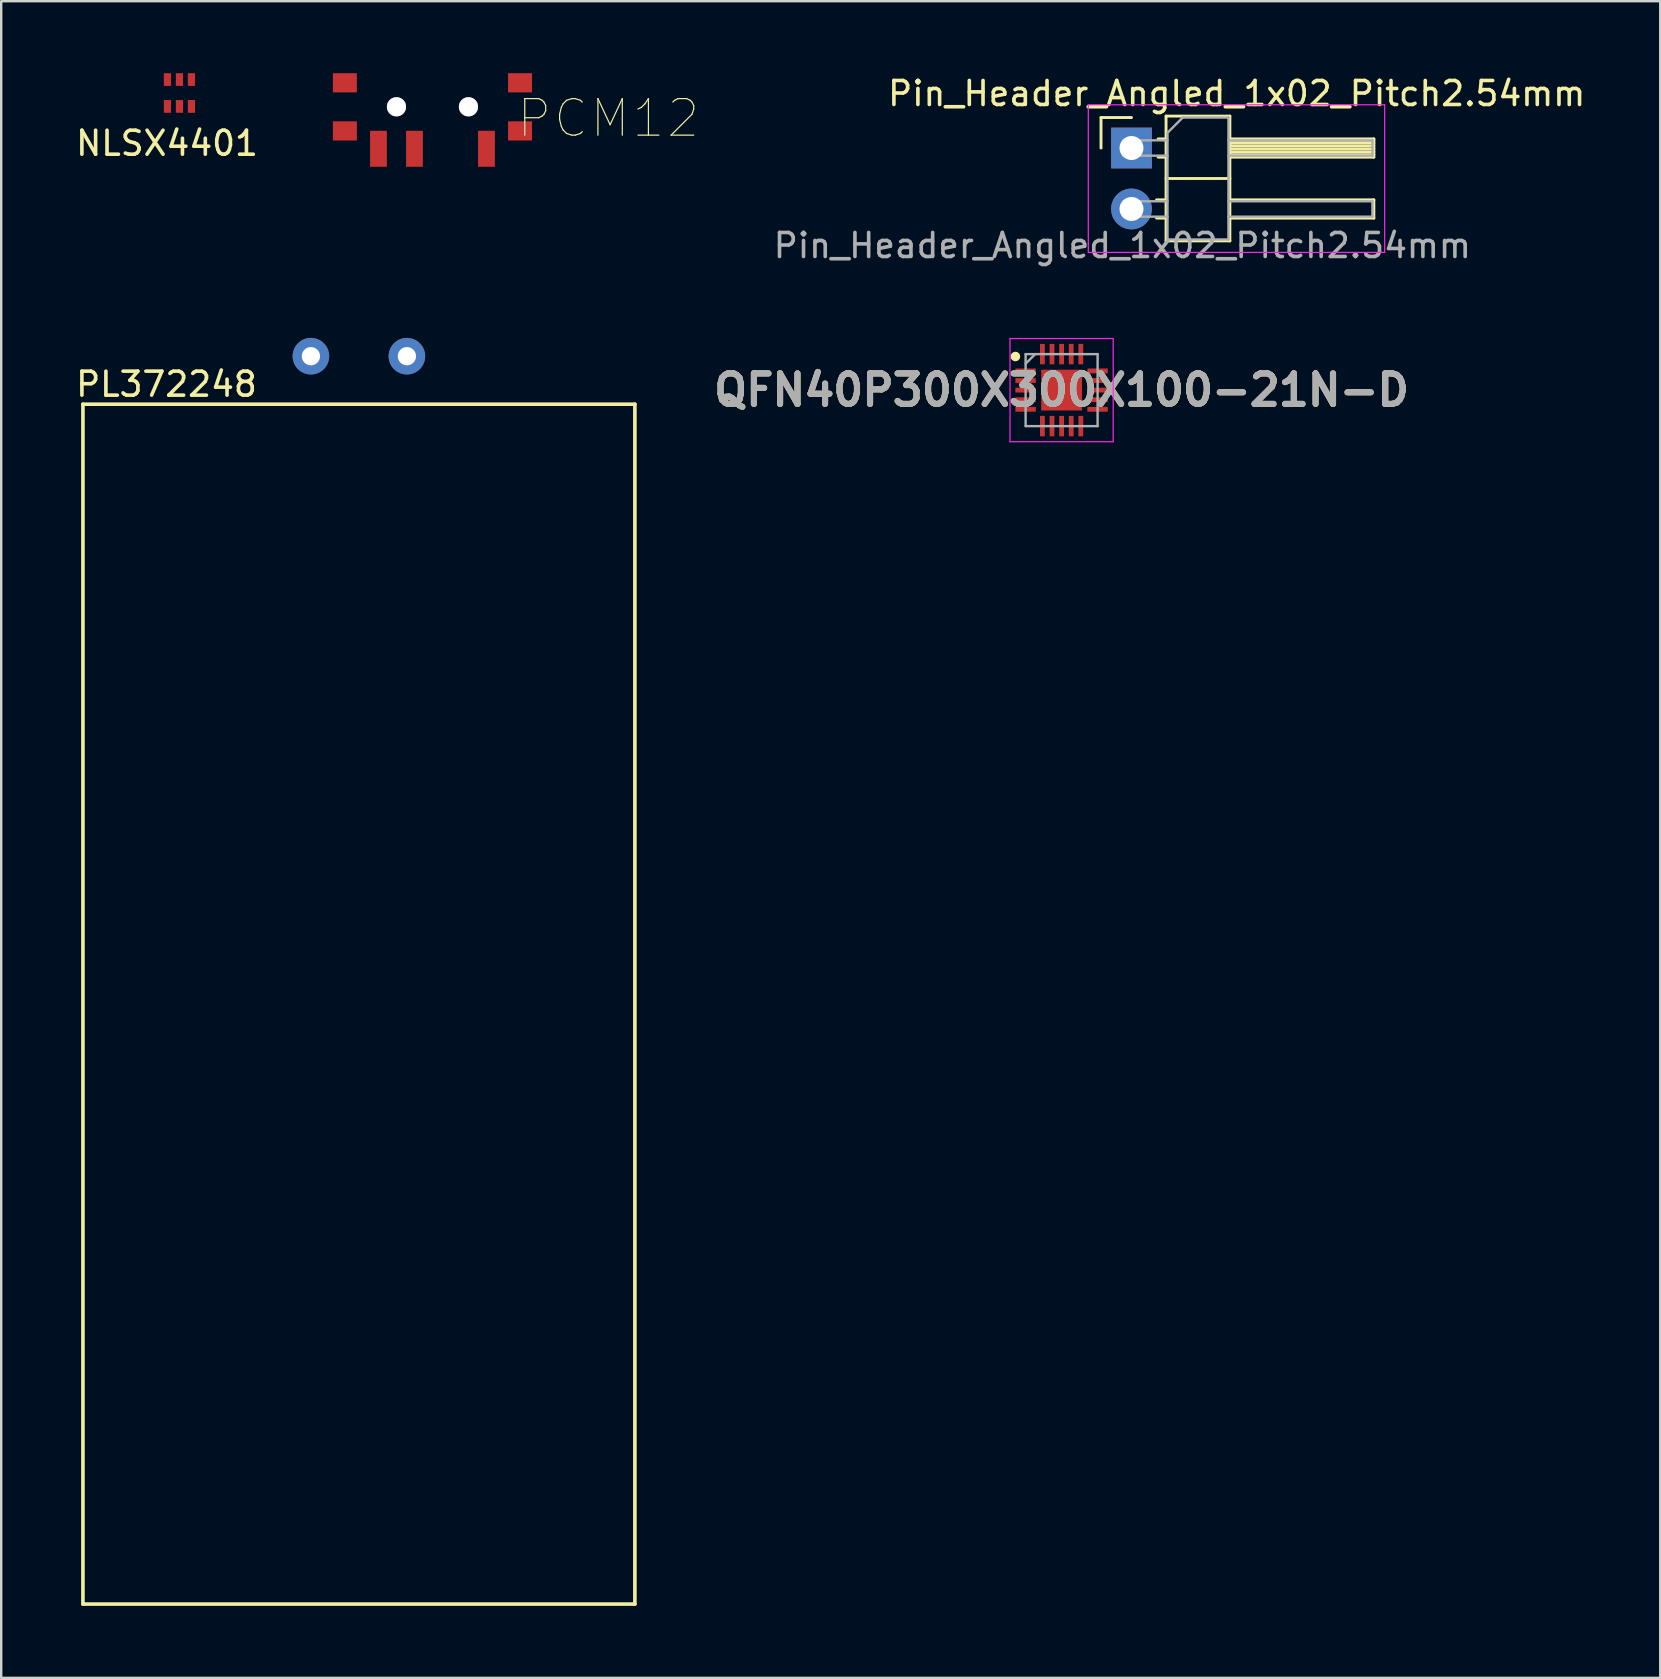
<source format=kicad_pcb>
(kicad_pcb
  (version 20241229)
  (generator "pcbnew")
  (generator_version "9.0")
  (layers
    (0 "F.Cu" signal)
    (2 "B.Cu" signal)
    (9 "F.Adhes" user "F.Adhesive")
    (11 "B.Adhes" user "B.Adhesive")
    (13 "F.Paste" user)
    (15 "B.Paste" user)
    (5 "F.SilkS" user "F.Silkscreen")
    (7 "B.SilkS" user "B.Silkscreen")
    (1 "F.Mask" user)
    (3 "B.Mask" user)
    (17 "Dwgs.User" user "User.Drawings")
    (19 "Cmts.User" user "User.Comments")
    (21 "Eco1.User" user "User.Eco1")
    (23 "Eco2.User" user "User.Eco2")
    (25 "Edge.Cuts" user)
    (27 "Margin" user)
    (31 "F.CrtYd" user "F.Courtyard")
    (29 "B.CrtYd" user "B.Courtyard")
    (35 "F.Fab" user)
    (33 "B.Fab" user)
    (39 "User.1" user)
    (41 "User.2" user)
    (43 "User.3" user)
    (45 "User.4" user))
  (footprint "PL372248"
    (layer "F.Cu")
    (at 11.906 11.793)
    (property "Reference" "PL372248" (at -8.019 1.168 0) (layer "F.SilkS") (effects (font (size 1 1) (thickness 0.15))))
    (attr through_hole)
    (fp_line (start -11.5 2) (end -11.5 52) (stroke (width 0.15) (type solid)) (layer "F.SilkS"))
    (fp_line (start -11.5 2) (end 11.5 2) (stroke (width 0.15) (type solid)) (layer "F.SilkS"))
    (fp_line (start -11.5 52) (end 11.5 52) (stroke (width 0.15) (type solid)) (layer "F.SilkS"))
    (fp_line (start 11.5 2) (end 11.5 52) (stroke (width 0.15) (type solid)) (layer "F.SilkS"))
    (pad "1" thru_hole circle (at -2 0) (size 1.524 1.524) (drill 0.762) (layers "*.Cu" "*.Mask"))
    (pad "2" thru_hole circle (at 2 0) (size 1.524 1.524) (drill 0.762) (layers "*.Cu" "*.Mask")))
  (footprint "PCM12"
    (layer "F.Cu")
    (at 17.221 3.15)
    (property "Reference" "PCM12" (at 5.08 -1.27 0) (layer "F.SilkS") (effects (font (size 1.524 1.524) (thickness 0.05))))
    (attr smd)
    (pad "0" smd rect (at -5.9 -2.75 180) (size 1 0.8) (layers "F.Cu" "B.Mask" "F.Paste"))
    (pad "0" smd rect (at -5.9 -0.745 180) (size 1 0.8) (layers "F.Cu" "F.Mask" "F.Paste"))
    (pad "0" thru_hole circle (at -3.75 -1.75 180) (size 0.8 0.8) (drill 0.8) (layers "*.Cu" "*.Paste" "*.Mask"))
    (pad "0" thru_hole circle (at -0.75 -1.75 180) (size 0.8 0.8) (drill 0.8) (layers "*.Cu" "*.Paste" "*.Mask"))
    (pad "0" smd rect (at 1.4 -2.75 180) (size 1 0.8) (layers "F.Cu" "F.Mask" "F.Paste"))
    (pad "0" smd rect (at 1.4 -0.745 180) (size 1 0.8) (layers "F.Cu" "F.Mask" "F.Paste"))
    (pad "1" smd rect (at 0 0 180) (size 0.7 1.5) (layers "F.Cu" "F.Mask" "F.Paste"))
    (pad "2" smd rect (at -3 0 180) (size 0.7 1.5) (layers "F.Cu" "F.Mask" "F.Paste"))
    (pad "3" smd rect (at -4.5 0 180) (size 0.7 1.5) (layers "F.Cu" "F.Mask" "F.Paste")))
  (footprint "QFN40P300X300X100-21N-D"
    (layer "F.Cu")
    (at 41.188 13.206)
    (property "Reference" "QFN40P300X300X100-21N-D" (at 0 0 0) (layer "F.SilkS") (effects (font (size 1.27 1.27) (thickness 0.254))))
    (attr smd)
    (fp_circle (center -1.925 -1.4) (end -1.925 -1.3) (stroke (width 0.2) (type solid)) (fill no) (layer "F.SilkS"))
    (fp_line (start -2.15 -2.15) (end 2.15 -2.15) (stroke (width 0.05) (type solid)) (layer "F.CrtYd"))
    (fp_line (start -2.15 2.15) (end -2.15 -2.15) (stroke (width 0.05) (type solid)) (layer "F.CrtYd"))
    (fp_line (start 2.15 -2.15) (end 2.15 2.15) (stroke (width 0.05) (type solid)) (layer "F.CrtYd"))
    (fp_line (start 2.15 2.15) (end -2.15 2.15) (stroke (width 0.05) (type solid)) (layer "F.CrtYd"))
    (fp_line (start -1.5 -1.5) (end 1.5 -1.5) (stroke (width 0.1) (type solid)) (layer "F.Fab"))
    (fp_line (start -1.5 -1.1) (end -1.1 -1.5) (stroke (width 0.1) (type solid)) (layer "F.Fab"))
    (fp_line (start -1.5 1.5) (end -1.5 -1.5) (stroke (width 0.1) (type solid)) (layer "F.Fab"))
    (fp_line (start 1.5 -1.5) (end 1.5 1.5) (stroke (width 0.1) (type solid)) (layer "F.Fab"))
    (fp_line (start 1.5 1.5) (end -1.5 1.5) (stroke (width 0.1) (type solid)) (layer "F.Fab"))
    (fp_text user "${REFERENCE}" (at 0 0 0) (layer "F.Fab") (effects (font (size 1.27 1.27) (thickness 0.254))))
    (pad "1" smd rect (at -1.5 -0.8 90) (size 0.2 0.85) (layers "F.Cu" "F.Paste"))
    (pad "2" smd rect (at -1.5 -0.4 90) (size 0.2 0.85) (layers "F.Cu" "F.Paste"))
    (pad "3" smd rect (at -1.5 0 90) (size 0.2 0.85) (layers "F.Cu" "F.Paste"))
    (pad "4" smd rect (at -1.5 0.4 90) (size 0.2 0.85) (layers "F.Cu" "F.Paste"))
    (pad "5" smd rect (at -1.5 0.8 90) (size 0.2 0.85) (layers "F.Cu" "F.Paste"))
    (pad "6" smd rect (at -0.8 1.5) (size 0.2 0.85) (layers "F.Cu" "F.Paste"))
    (pad "7" smd rect (at -0.4 1.5) (size 0.2 0.85) (layers "F.Cu" "F.Paste"))
    (pad "8" smd rect (at 0 1.5) (size 0.2 0.85) (layers "F.Cu" "F.Paste"))
    (pad "9" smd rect (at 0.4 1.5) (size 0.2 0.85) (layers "F.Cu" "F.Paste"))
    (pad "10" smd rect (at 0.8 1.5) (size 0.2 0.85) (layers "F.Cu" "F.Paste"))
    (pad "11" smd rect (at 1.5 0.8 90) (size 0.2 0.85) (layers "F.Cu" "F.Paste"))
    (pad "12" smd rect (at 1.5 0.4 90) (size 0.2 0.85) (layers "F.Cu" "F.Paste"))
    (pad "13" smd rect (at 1.5 0 90) (size 0.2 0.85) (layers "F.Cu" "F.Paste"))
    (pad "14" smd rect (at 1.5 -0.4 90) (size 0.2 0.85) (layers "F.Cu" "F.Paste"))
    (pad "15" smd rect (at 1.5 -0.8 90) (size 0.2 0.85) (layers "F.Cu" "F.Paste"))
    (pad "16" smd rect (at 0.8 -1.5) (size 0.2 0.85) (layers "F.Cu" "F.Paste"))
    (pad "17" smd rect (at 0.4 -1.5) (size 0.2 0.85) (layers "F.Cu" "F.Paste"))
    (pad "18" smd rect (at 0 -1.5) (size 0.2 0.85) (layers "F.Cu" "F.Paste"))
    (pad "19" smd rect (at -0.4 -1.5) (size 0.2 0.85) (layers "F.Cu" "F.Paste"))
    (pad "20" smd rect (at -0.8 -1.5) (size 0.2 0.85) (layers "F.Cu" "F.Paste"))
    (pad "21" smd rect (at 0 0) (size 1.7 1.7) (layers "F.Cu" "F.Paste")))
  (footprint "NLSX4401"
    (layer "F.Cu")
    (at 3.928 0.765)
    (property "Reference" "NLSX4401" (at -0.018 2.156 0) (layer "F.SilkS") (effects (font (size 1 1) (thickness 0.15))))
    (attr through_hole)
    (pad "1" smd rect (at 0 0.62 90) (size 0.53 0.3) (layers "F.Cu" "F.Mask" "F.Paste"))
    (pad "2" smd rect (at 0.5 0.62 90) (size 0.53 0.3) (layers "F.Cu" "F.Mask" "F.Paste"))
    (pad "3" smd rect (at 1 0.62 90) (size 0.53 0.3) (layers "F.Cu" "F.Mask" "F.Paste"))
    (pad "4" smd rect (at 1 -0.5 90) (size 0.53 0.3) (layers "F.Cu" "F.Mask" "F.Paste"))
    (pad "5" smd rect (at 0.5 -0.5 90) (size 0.53 0.3) (layers "F.Cu" "F.Mask" "F.Paste"))
    (pad "6" smd rect (at 0 -0.5 90) (size 0.53 0.3) (layers "F.Cu" "F.Mask" "F.Paste")))
  (footprint "Pin_Header_Angled_1x02_Pitch2.54mm"
    (layer "F.Cu")
    (at 44.1 3.118)
    (property "Reference" "Pin_Header_Angled_1x02_Pitch2.54mm" (at 4.385 -2.27 0) (layer "F.SilkS") (effects (font (size 1 1) (thickness 0.15))))
    (attr through_hole)
    (fp_line (start -1.27 -1.27) (end 0 -1.27) (stroke (width 0.12) (type solid)) (layer "F.SilkS"))
    (fp_line (start -1.27 0) (end -1.27 -1.27) (stroke (width 0.12) (type solid)) (layer "F.SilkS"))
    (fp_line (start 1.043 2.16) (end 1.44 2.16) (stroke (width 0.12) (type solid)) (layer "F.SilkS"))
    (fp_line (start 1.043 2.92) (end 1.44 2.92) (stroke (width 0.12) (type solid)) (layer "F.SilkS"))
    (fp_line (start 1.11 -0.38) (end 1.44 -0.38) (stroke (width 0.12) (type solid)) (layer "F.SilkS"))
    (fp_line (start 1.11 0.38) (end 1.44 0.38) (stroke (width 0.12) (type solid)) (layer "F.SilkS"))
    (fp_line (start 1.44 -1.33) (end 1.44 3.87) (stroke (width 0.12) (type solid)) (layer "F.SilkS"))
    (fp_line (start 1.44 1.27) (end 4.1 1.27) (stroke (width 0.12) (type solid)) (layer "F.SilkS"))
    (fp_line (start 1.44 3.87) (end 4.1 3.87) (stroke (width 0.12) (type solid)) (layer "F.SilkS"))
    (fp_line (start 4.1 -1.33) (end 1.44 -1.33) (stroke (width 0.12) (type solid)) (layer "F.SilkS"))
    (fp_line (start 4.1 -0.38) (end 10.1 -0.38) (stroke (width 0.12) (type solid)) (layer "F.SilkS"))
    (fp_line (start 4.1 -0.32) (end 10.1 -0.32) (stroke (width 0.12) (type solid)) (layer "F.SilkS"))
    (fp_line (start 4.1 -0.2) (end 10.1 -0.2) (stroke (width 0.12) (type solid)) (layer "F.SilkS"))
    (fp_line (start 4.1 -0.08) (end 10.1 -0.08) (stroke (width 0.12) (type solid)) (layer "F.SilkS"))
    (fp_line (start 4.1 0.04) (end 10.1 0.04) (stroke (width 0.12) (type solid)) (layer "F.SilkS"))
    (fp_line (start 4.1 0.16) (end 10.1 0.16) (stroke (width 0.12) (type solid)) (layer "F.SilkS"))
    (fp_line (start 4.1 0.28) (end 10.1 0.28) (stroke (width 0.12) (type solid)) (layer "F.SilkS"))
    (fp_line (start 4.1 2.16) (end 10.1 2.16) (stroke (width 0.12) (type solid)) (layer "F.SilkS"))
    (fp_line (start 4.1 3.87) (end 4.1 -1.33) (stroke (width 0.12) (type solid)) (layer "F.SilkS"))
    (fp_line (start 10.1 -0.38) (end 10.1 0.38) (stroke (width 0.12) (type solid)) (layer "F.SilkS"))
    (fp_line (start 10.1 0.38) (end 4.1 0.38) (stroke (width 0.12) (type solid)) (layer "F.SilkS"))
    (fp_line (start 10.1 2.16) (end 10.1 2.92) (stroke (width 0.12) (type solid)) (layer "F.SilkS"))
    (fp_line (start 10.1 2.92) (end 4.1 2.92) (stroke (width 0.12) (type solid)) (layer "F.SilkS"))
    (fp_line (start -1.8 -1.8) (end -1.8 4.35) (stroke (width 0.05) (type solid)) (layer "F.CrtYd"))
    (fp_line (start -1.8 4.35) (end 10.55 4.35) (stroke (width 0.05) (type solid)) (layer "F.CrtYd"))
    (fp_line (start 10.55 -1.8) (end -1.8 -1.8) (stroke (width 0.05) (type solid)) (layer "F.CrtYd"))
    (fp_line (start 10.55 4.35) (end 10.55 -1.8) (stroke (width 0.05) (type solid)) (layer "F.CrtYd"))
    (fp_line (start -0.32 -0.32) (end -0.32 0.32) (stroke (width 0.1) (type solid)) (layer "F.Fab"))
    (fp_line (start -0.32 -0.32) (end 1.5 -0.32) (stroke (width 0.1) (type solid)) (layer "F.Fab"))
    (fp_line (start -0.32 0.32) (end 1.5 0.32) (stroke (width 0.1) (type solid)) (layer "F.Fab"))
    (fp_line (start -0.32 2.22) (end -0.32 2.86) (stroke (width 0.1) (type solid)) (layer "F.Fab"))
    (fp_line (start -0.32 2.22) (end 1.5 2.22) (stroke (width 0.1) (type solid)) (layer "F.Fab"))
    (fp_line (start -0.32 2.86) (end 1.5 2.86) (stroke (width 0.1) (type solid)) (layer "F.Fab"))
    (fp_line (start 1.5 -0.635) (end 2.135 -1.27) (stroke (width 0.1) (type solid)) (layer "F.Fab"))
    (fp_line (start 1.5 3.81) (end 1.5 -0.635) (stroke (width 0.1) (type solid)) (layer "F.Fab"))
    (fp_line (start 2.135 -1.27) (end 4.04 -1.27) (stroke (width 0.1) (type solid)) (layer "F.Fab"))
    (fp_line (start 4.04 -1.27) (end 4.04 3.81) (stroke (width 0.1) (type solid)) (layer "F.Fab"))
    (fp_line (start 4.04 -0.32) (end 10.04 -0.32) (stroke (width 0.1) (type solid)) (layer "F.Fab"))
    (fp_line (start 4.04 0.32) (end 10.04 0.32) (stroke (width 0.1) (type solid)) (layer "F.Fab"))
    (fp_line (start 4.04 2.22) (end 10.04 2.22) (stroke (width 0.1) (type solid)) (layer "F.Fab"))
    (fp_line (start 4.04 2.86) (end 10.04 2.86) (stroke (width 0.1) (type solid)) (layer "F.Fab"))
    (fp_line (start 4.04 3.81) (end 1.5 3.81) (stroke (width 0.1) (type solid)) (layer "F.Fab"))
    (fp_line (start 10.04 -0.32) (end 10.04 0.32) (stroke (width 0.1) (type solid)) (layer "F.Fab"))
    (fp_line (start 10.04 2.22) (end 10.04 2.86) (stroke (width 0.1) (type solid)) (layer "F.Fab"))
    (fp_text user "${REFERENCE}" (at -0.381 4.064 180) (layer "F.Fab") (effects (font (size 1 1) (thickness 0.15))))
    (pad "1" thru_hole rect (at 0 0) (size 1.7 1.7) (drill 1) (layers "*.Cu" "*.Mask"))
    (pad "2" thru_hole oval (at 0 2.54) (size 1.7 1.7) (drill 1) (layers "*.Cu" "*.Mask")))
  (gr_rect
    (start -3 -3)
    (end 66.134 66.868)
    (stroke (width 0.1) (type default))
    (fill no)
    (layer "Edge.Cuts")))
</source>
